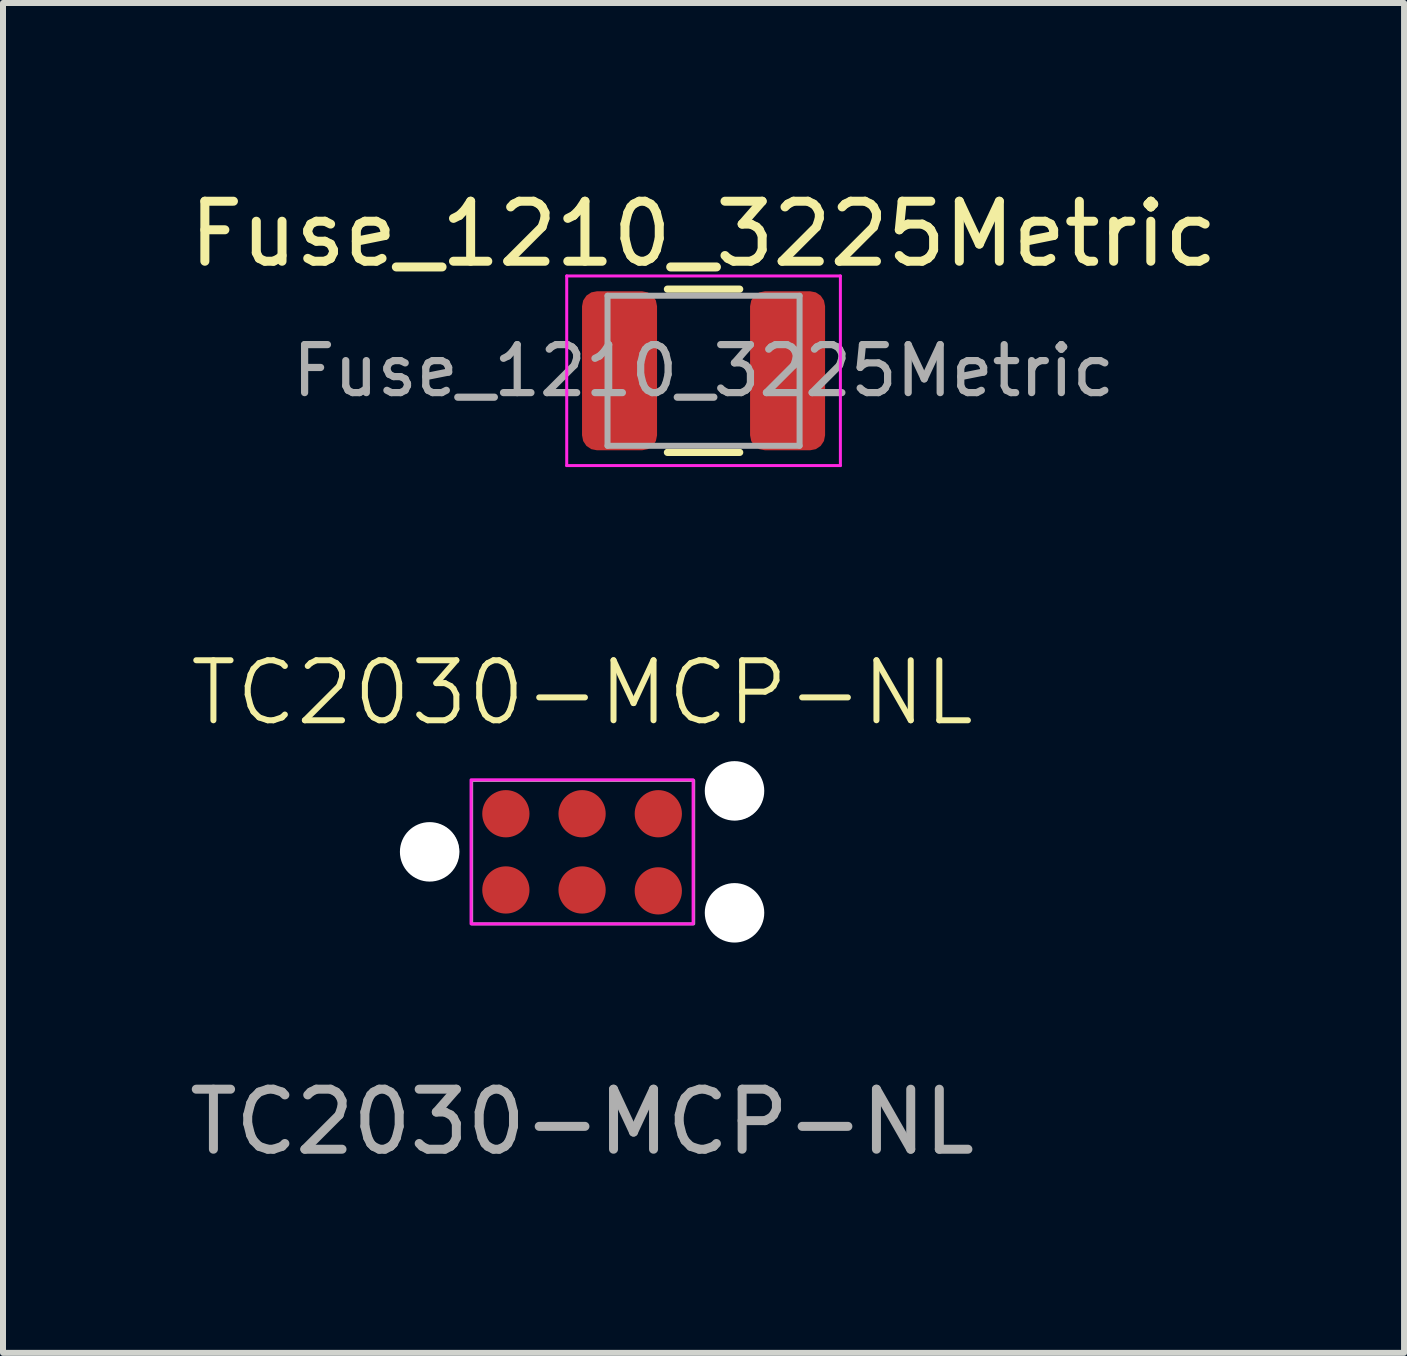
<source format=kicad_pcb>
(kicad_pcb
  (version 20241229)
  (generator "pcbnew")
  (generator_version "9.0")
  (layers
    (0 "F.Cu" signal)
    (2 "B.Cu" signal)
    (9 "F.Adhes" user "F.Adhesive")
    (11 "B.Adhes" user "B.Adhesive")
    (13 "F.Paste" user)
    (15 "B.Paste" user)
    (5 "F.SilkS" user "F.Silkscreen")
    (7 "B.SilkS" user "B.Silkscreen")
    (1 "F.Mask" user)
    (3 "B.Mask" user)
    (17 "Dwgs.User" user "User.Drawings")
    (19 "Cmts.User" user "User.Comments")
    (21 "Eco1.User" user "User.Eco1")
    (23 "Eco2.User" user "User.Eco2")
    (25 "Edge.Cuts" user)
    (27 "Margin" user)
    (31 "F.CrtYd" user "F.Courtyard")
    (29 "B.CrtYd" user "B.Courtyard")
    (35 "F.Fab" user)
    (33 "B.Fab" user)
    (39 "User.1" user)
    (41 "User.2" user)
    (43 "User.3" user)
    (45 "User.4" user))
  (footprint "Fuse_1210_3225Metric"
    (layer "F.Cu")
    (at 8.673 3.128)
    (property "Reference" "Fuse_1210_3225Metric" (at 0 -2.28 0) (layer "F.SilkS") (effects (font (size 1 1) (thickness 0.15))))
    (attr smd)
    (fp_line (start -0.602 -1.36) (end 0.602 -1.36) (stroke (width 0.12) (type solid)) (layer "F.SilkS"))
    (fp_line (start -0.602 1.36) (end 0.602 1.36) (stroke (width 0.12) (type solid)) (layer "F.SilkS"))
    (fp_line (start -2.28 -1.58) (end 2.28 -1.58) (stroke (width 0.05) (type solid)) (layer "F.CrtYd"))
    (fp_line (start -2.28 1.58) (end -2.28 -1.58) (stroke (width 0.05) (type solid)) (layer "F.CrtYd"))
    (fp_line (start 2.28 -1.58) (end 2.28 1.58) (stroke (width 0.05) (type solid)) (layer "F.CrtYd"))
    (fp_line (start 2.28 1.58) (end -2.28 1.58) (stroke (width 0.05) (type solid)) (layer "F.CrtYd"))
    (fp_line (start -1.6 -1.25) (end 1.6 -1.25) (stroke (width 0.1) (type solid)) (layer "F.Fab"))
    (fp_line (start -1.6 1.25) (end -1.6 -1.25) (stroke (width 0.1) (type solid)) (layer "F.Fab"))
    (fp_line (start 1.6 -1.25) (end 1.6 1.25) (stroke (width 0.1) (type solid)) (layer "F.Fab"))
    (fp_line (start 1.6 1.25) (end -1.6 1.25) (stroke (width 0.1) (type solid)) (layer "F.Fab"))
    (fp_text user "${REFERENCE}" (at 0 0 0) (layer "F.Fab") (effects (font (size 0.8 0.8) (thickness 0.12))))
    (pad "1" smd roundrect (at -1.4 0) (size 1.25 2.65) (layers "F.Cu" "F.Mask" "F.Paste") (roundrect_rratio 0.2))
    (pad "2" smd roundrect (at 1.4 0) (size 1.25 2.65) (layers "F.Cu" "F.Mask" "F.Paste") (roundrect_rratio 0.2)))
  (footprint "TC2030-MCP-NL"
    (layer "F.Cu")
    (at 6.649 11.144)
    (property "Reference" "TC2030-MCP-NL" (at 0 -2.65 0) (unlocked yes) (layer "F.SilkS") (effects (font (size 1 1) (thickness 0.1))))
    (attr smd)
    (fp_rect (start -1.85 -1.2) (end 1.85 1.2) (stroke (width 0.05) (type default)) (fill no) (layer "F.CrtYd"))
    (fp_rect (start -1.84 -1.19) (end 1.86 1.2) (stroke (width 0.05) (type solid)) (fill no) (layer "F.Fab"))
    (fp_circle (center -2.52 -0.01) (end -2.72 -0.41) (stroke (width 0.05) (type solid)) (fill no) (layer "F.Fab"))
    (fp_circle (center 2.55 -1) (end 2.35 -1.4) (stroke (width 0.05) (type solid)) (fill no) (layer "F.Fab"))
    (fp_circle (center 2.55 1.02) (end 2.35 0.62) (stroke (width 0.05) (type solid)) (fill no) (layer "F.Fab"))
    (fp_text user "${REFERENCE}" (at 0 4.5 0) (unlocked yes) (layer "F.Fab") (effects (font (size 1 1) (thickness 0.15))))
    (pad "" np_thru_hole circle (at -2.54 0) (size 0.991 0.991) (drill 0.991) (layers "*.Cu" "*.Mask"))
    (pad "" np_thru_hole circle (at 2.54 -1.016) (size 0.991 0.991) (drill 0.991) (layers "*.Cu" "*.Mask"))
    (pad "" np_thru_hole circle (at 2.54 1.016) (size 0.991 0.991) (drill 0.991) (layers "*.Cu" "*.Mask"))
    (pad "1" smd circle (at -1.27 0.635) (size 0.787 0.787) (layers "F.Cu" "F.Mask"))
    (pad "2" smd circle (at -1.27 -0.635) (size 0.787 0.787) (layers "F.Cu" "F.Mask"))
    (pad "3" smd circle (at 0 0.635) (size 0.787 0.787) (layers "F.Cu" "F.Mask"))
    (pad "4" smd circle (at 0 -0.635) (size 0.787 0.787) (layers "F.Cu" "F.Mask"))
    (pad "5" smd circle (at 1.27 0.65) (size 0.787 0.787) (layers "F.Cu" "F.Mask"))
    (pad "6" smd circle (at 1.27 -0.635) (size 0.787 0.787) (layers "F.Cu" "F.Mask")))
  (gr_rect
    (start -3 -3)
    (end 20.345 19.492)
    (stroke (width 0.1) (type default))
    (fill no)
    (layer "Edge.Cuts")))
</source>
